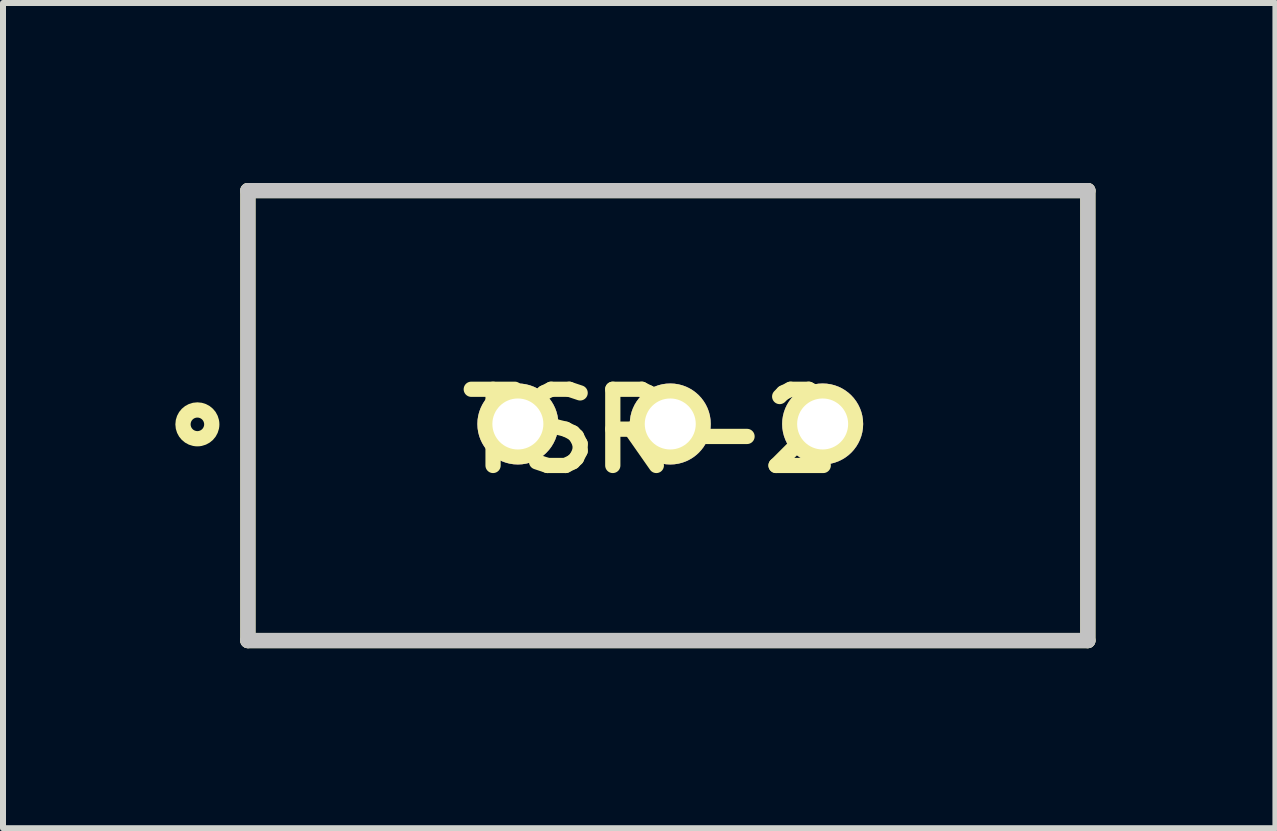
<source format=kicad_pcb>
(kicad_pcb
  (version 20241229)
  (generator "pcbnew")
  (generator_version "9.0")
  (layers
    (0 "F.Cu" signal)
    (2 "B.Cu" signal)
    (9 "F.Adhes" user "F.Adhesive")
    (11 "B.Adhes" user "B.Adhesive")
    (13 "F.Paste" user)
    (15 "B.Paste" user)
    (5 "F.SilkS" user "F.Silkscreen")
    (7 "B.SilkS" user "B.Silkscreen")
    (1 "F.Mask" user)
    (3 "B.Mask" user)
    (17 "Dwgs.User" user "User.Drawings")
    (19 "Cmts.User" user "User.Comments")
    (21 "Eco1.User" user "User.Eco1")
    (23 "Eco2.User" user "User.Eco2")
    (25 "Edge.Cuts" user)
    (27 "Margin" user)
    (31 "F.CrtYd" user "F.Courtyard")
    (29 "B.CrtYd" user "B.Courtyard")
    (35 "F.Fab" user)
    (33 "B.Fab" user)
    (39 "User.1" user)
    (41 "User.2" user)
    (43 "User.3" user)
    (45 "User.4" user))
  (footprint "TSR-2"
    (layer "F.Cu")
    (at 5.582 4.017)
    (property "Reference" "TSR-2" (at 2.217 0.117 0) (layer "F.SilkS") (effects (font (size 1.27 1.27) (thickness 0.254))))
    (attr through_hole)
    (fp_line (start -4.5 -3.89) (end 9.5 -3.89) (stroke (width 0.254) (type solid)) (layer "F.SilkS"))
    (fp_line (start -4.5 3.61) (end -4.5 -3.89) (stroke (width 0.254) (type solid)) (layer "F.SilkS"))
    (fp_line (start 9.5 -3.89) (end 9.5 3.61) (stroke (width 0.254) (type solid)) (layer "F.SilkS"))
    (fp_line (start 9.5 3.61) (end -4.5 3.61) (stroke (width 0.254) (type solid)) (layer "F.SilkS"))
    (fp_circle (center -5.342 0.006) (end -5.455 0.006) (stroke (width 0.254) (type solid)) (fill no) (layer "F.SilkS"))
    (fp_line (start -4.5 -3.89) (end 9.5 -3.89) (stroke (width 0.254) (type solid)) (layer "Dwgs.User"))
    (fp_line (start -4.5 3.61) (end -4.5 -3.89) (stroke (width 0.254) (type solid)) (layer "Dwgs.User"))
    (fp_line (start 9.5 -3.89) (end 9.5 3.61) (stroke (width 0.254) (type solid)) (layer "Dwgs.User"))
    (fp_line (start 9.5 3.61) (end -4.5 3.61) (stroke (width 0.254) (type solid)) (layer "Dwgs.User"))
    (pad "1" thru_hole circle (at 0 0 90) (size 1.35 1.35) (drill 0.85) (layers "*.Cu" "*.Mask" "F.SilkS"))
    (pad "2" thru_hole circle (at 2.54 0 90) (size 1.35 1.35) (drill 0.85) (layers "*.Cu" "*.Mask" "F.SilkS"))
    (pad "3" thru_hole circle (at 5.08 0 90) (size 1.35 1.35) (drill 0.85) (layers "*.Cu" "*.Mask" "F.SilkS")))
  (gr_rect
    (start -3 -3)
    (end 18.209 10.754)
    (stroke (width 0.1) (type default))
    (fill no)
    (layer "Edge.Cuts")))
</source>
